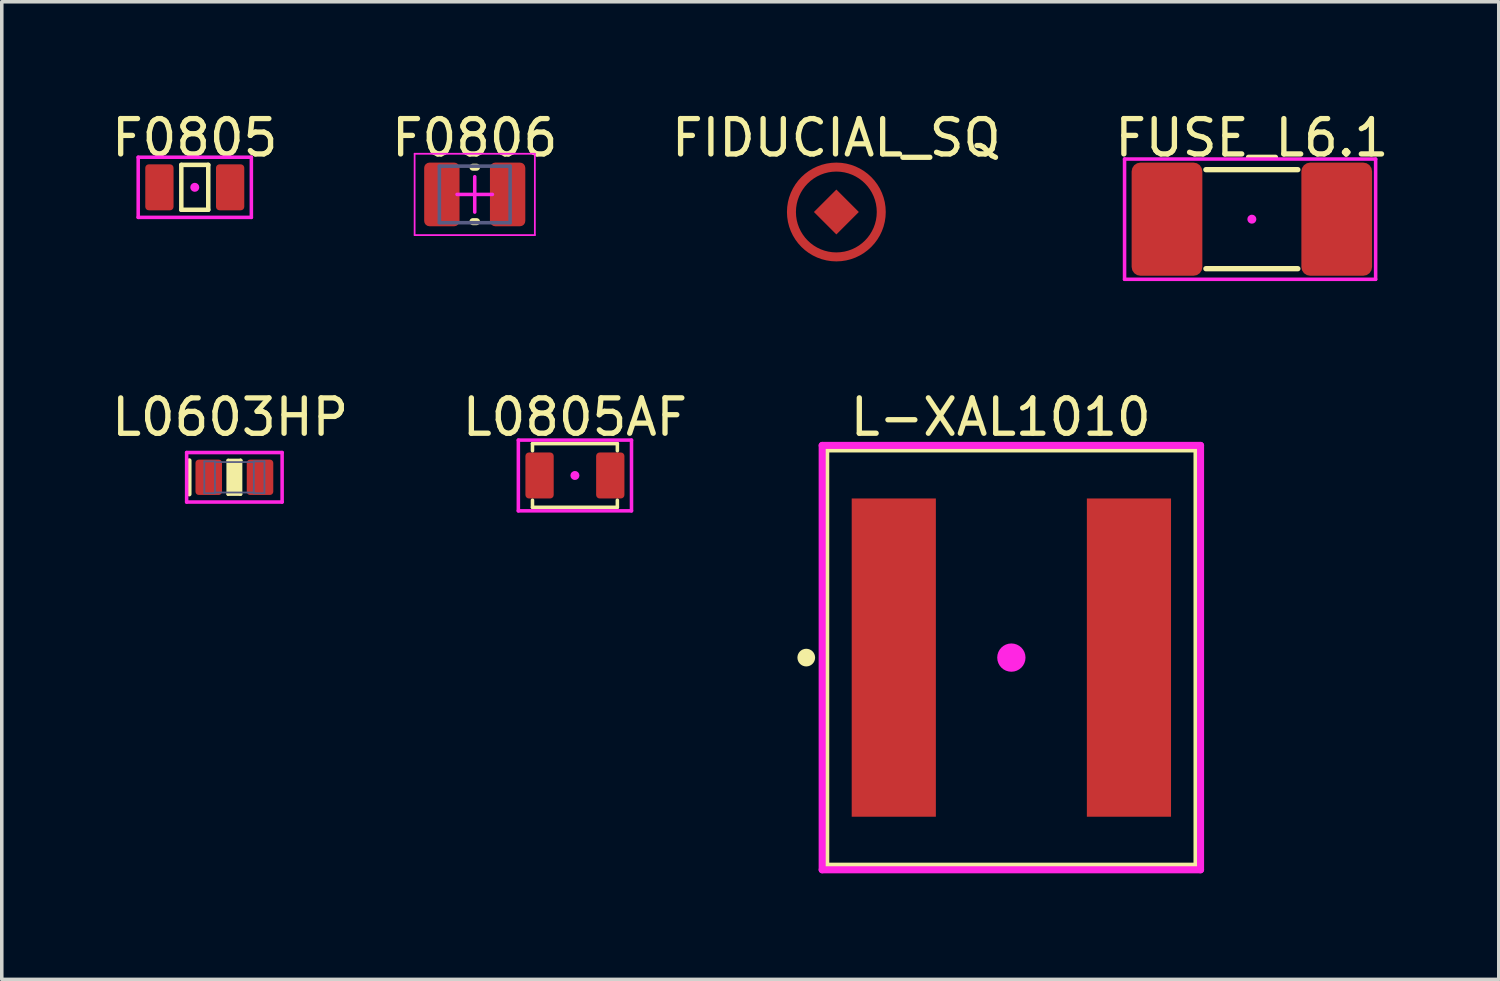
<source format=kicad_pcb>
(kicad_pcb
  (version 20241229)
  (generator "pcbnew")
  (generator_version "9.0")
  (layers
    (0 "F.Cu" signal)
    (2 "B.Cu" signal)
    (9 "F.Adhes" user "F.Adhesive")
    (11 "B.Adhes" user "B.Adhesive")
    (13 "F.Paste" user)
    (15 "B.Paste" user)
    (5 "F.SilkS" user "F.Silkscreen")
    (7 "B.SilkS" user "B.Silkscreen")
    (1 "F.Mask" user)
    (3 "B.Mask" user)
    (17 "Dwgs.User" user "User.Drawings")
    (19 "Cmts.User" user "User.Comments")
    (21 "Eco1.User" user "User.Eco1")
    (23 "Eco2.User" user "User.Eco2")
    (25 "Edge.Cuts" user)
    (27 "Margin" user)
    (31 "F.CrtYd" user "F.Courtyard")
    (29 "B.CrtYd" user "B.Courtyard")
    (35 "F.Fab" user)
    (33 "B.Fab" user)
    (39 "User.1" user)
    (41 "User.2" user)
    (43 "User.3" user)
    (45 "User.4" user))
  (footprint "F0805"
    (layer "F.Cu")
    (at 2.458 2.247)
    (property "Reference" "F0805" (at 0 -1.399 0) (layer "F.SilkS") (effects (font (size 1 1) (thickness 0.15))))
    (fp_line (start -0.381 -0.635) (end 0.381 -0.635) (stroke (width 0.127) (type solid)) (layer "F.SilkS"))
    (fp_line (start -0.381 0.635) (end -0.381 -0.635) (stroke (width 0.127) (type solid)) (layer "F.SilkS"))
    (fp_line (start -0.381 0.635) (end 0.381 0.635) (stroke (width 0.127) (type solid)) (layer "F.SilkS"))
    (fp_line (start 0.381 0.635) (end 0.381 -0.635) (stroke (width 0.127) (type solid)) (layer "F.SilkS"))
    (fp_line (start -1.6 -0.85) (end 1.6 -0.85) (stroke (width 0.1) (type solid)) (layer "F.CrtYd"))
    (fp_line (start -1.6 0.85) (end -1.6 -0.85) (stroke (width 0.1) (type solid)) (layer "F.CrtYd"))
    (fp_line (start -1.6 0.85) (end 1.6 0.85) (stroke (width 0.1) (type solid)) (layer "F.CrtYd"))
    (fp_line (start 1.6 0.85) (end 1.6 -0.85) (stroke (width 0.1) (type solid)) (layer "F.CrtYd"))
    (fp_circle (center 0 0) (end 0 -0.064) (stroke (width 0.127) (type solid)) (fill no) (layer "F.CrtYd"))
    (pad "1" smd roundrect (at -1 0 90) (size 1.3 0.8) (layers "F.Cu" "F.Mask" "F.Paste") (roundrect_rratio 0.125))
    (pad "2" smd roundrect (at 1 0 90) (size 1.3 0.8) (layers "F.Cu" "F.Mask" "F.Paste") (roundrect_rratio 0.125)))
  (footprint "L0603HP"
    (layer "F.Cu")
    (at 3.578 10.447)
    (property "Reference" "L0603HP" (at -0.119 -1.7 0) (layer "F.SilkS") (effects (font (size 1 1) (thickness 0.15))))
    (fp_line (start -1.275 0.477) (end -1.275 -0.475) (stroke (width 0.127) (type solid)) (layer "F.SilkS"))
    (fp_line (start -0.175 -0.476) (end 0.178 -0.476) (stroke (width 0.1) (type solid)) (layer "F.SilkS"))
    (fp_line (start -0.175 0.476) (end -0.175 -0.476) (stroke (width 0.1) (type solid)) (layer "F.SilkS"))
    (fp_line (start -0.175 0.476) (end 0.175 0.476) (stroke (width 0.1) (type solid)) (layer "F.SilkS"))
    (fp_line (start 0.175 -0.476) (end 0.178 -0.476) (stroke (width 0.1) (type solid)) (layer "F.SilkS"))
    (fp_line (start 0.175 0.476) (end 0.175 -0.476) (stroke (width 0.1) (type solid)) (layer "F.SilkS"))
    (fp_rect (start -0.175 0.476) (end 0.175 -0.476) (stroke (width 0) (type default)) (fill yes) (layer "F.SilkS"))
    (fp_circle (center 0 0) (end 0 -0.064) (stroke (width 0.127) (type solid)) (fill no) (layer "Eco2.User"))
    (fp_line (start -1.35 -0.7) (end 1.35 -0.7) (stroke (width 0.1) (type solid)) (layer "F.CrtYd"))
    (fp_line (start -1.35 0.7) (end -1.35 -0.7) (stroke (width 0.1) (type solid)) (layer "F.CrtYd"))
    (fp_line (start -1.35 0.7) (end 1.35 0.7) (stroke (width 0.1) (type solid)) (layer "F.CrtYd"))
    (fp_line (start 1.35 0.7) (end 1.35 -0.7) (stroke (width 0.1) (type solid)) (layer "F.CrtYd"))
    (fp_line (start -0.85 -0.45) (end -0.55 -0.45) (stroke (width 0.05) (type solid)) (layer "B.Fab"))
    (fp_line (start -0.85 0.45) (end -0.85 -0.45) (stroke (width 0.05) (type solid)) (layer "B.Fab"))
    (fp_line (start -0.85 0.45) (end -0.55 0.45) (stroke (width 0.05) (type solid)) (layer "B.Fab"))
    (fp_line (start -0.55 -0.43) (end 0.55 -0.43) (stroke (width 0.05) (type solid)) (layer "B.Fab"))
    (fp_line (start -0.55 0.43) (end 0.55 0.43) (stroke (width 0.05) (type solid)) (layer "B.Fab"))
    (fp_line (start -0.55 0.45) (end -0.55 -0.45) (stroke (width 0.05) (type solid)) (layer "B.Fab"))
    (fp_line (start 0.55 -0.45) (end 0.85 -0.45) (stroke (width 0.05) (type solid)) (layer "B.Fab"))
    (fp_line (start 0.55 0.45) (end 0.55 -0.45) (stroke (width 0.05) (type solid)) (layer "B.Fab"))
    (fp_line (start 0.55 0.45) (end 0.85 0.45) (stroke (width 0.05) (type solid)) (layer "B.Fab"))
    (fp_line (start 0.85 0.45) (end 0.85 -0.45) (stroke (width 0.05) (type solid)) (layer "B.Fab"))
    (pad "1" smd roundrect (at -0.725 0 90) (size 1 0.75) (layers "F.Cu" "F.Mask" "F.Paste") (roundrect_rratio 0.125))
    (pad "2" smd roundrect (at 0.725 0 90) (size 1 0.75) (layers "F.Cu" "F.Mask" "F.Paste") (roundrect_rratio 0.125)))
  (footprint "F0806"
    (layer "F.Cu")
    (at 10.375 2.448)
    (property "Reference" "F0806" (at 0 -1.6 0) (layer "F.SilkS") (effects (font (size 1 1) (thickness 0.15))))
    (fp_line (start -0.05 -0.77) (end 0.05 -0.77) (stroke (width 0.2) (type solid)) (layer "F.SilkS"))
    (fp_line (start -0.05 0.77) (end 0.05 0.77) (stroke (width 0.2) (type solid)) (layer "F.SilkS"))
    (fp_line (start -1.7 -1.15) (end 1.7 -1.15) (stroke (width 0.05) (type solid)) (layer "F.CrtYd"))
    (fp_line (start -1.7 1.15) (end -1.7 -1.15) (stroke (width 0.05) (type solid)) (layer "F.CrtYd"))
    (fp_line (start -1.7 1.15) (end 1.7 1.15) (stroke (width 0.05) (type solid)) (layer "F.CrtYd"))
    (fp_line (start -0.5 0) (end 0.5 0) (stroke (width 0.1) (type solid)) (layer "F.CrtYd"))
    (fp_line (start 0 0.5) (end 0 -0.5) (stroke (width 0.1) (type solid)) (layer "F.CrtYd"))
    (fp_line (start 1.7 1.15) (end 1.7 -1.15) (stroke (width 0.05) (type solid)) (layer "F.CrtYd"))
    (fp_line (start -1 -0.8) (end 1 -0.8) (stroke (width 0.1) (type solid)) (layer "B.Fab"))
    (fp_line (start -1 0.8) (end -1 -0.8) (stroke (width 0.1) (type solid)) (layer "B.Fab"))
    (fp_line (start -1 0.8) (end 1 0.8) (stroke (width 0.1) (type solid)) (layer "B.Fab"))
    (fp_line (start 1 0.8) (end 1 -0.8) (stroke (width 0.1) (type solid)) (layer "B.Fab"))
    (pad "1" smd roundrect (at -0.93 0 90) (size 1.8 1) (layers "F.Cu" "F.Mask" "F.Paste") (roundrect_rratio 0.15))
    (pad "2" smd roundrect (at 0.93 0 90) (size 1.8 1) (layers "F.Cu" "F.Mask" "F.Paste") (roundrect_rratio 0.15)))
  (footprint "FUSE_L6.1"
    (layer "F.Cu")
    (at 32.351 3.148)
    (property "Reference" "FUSE_L6.1" (at 0 -2.3 0) (layer "F.SilkS") (effects (font (size 1 1) (thickness 0.15))))
    (fp_line (start -1.3 -1.4) (end 1.3 -1.4) (stroke (width 0.15) (type solid)) (layer "F.SilkS"))
    (fp_line (start -1.3 1.4) (end 1.3 1.4) (stroke (width 0.15) (type solid)) (layer "F.SilkS"))
    (fp_line (start -3.6 -1.7) (end 3.5 -1.7) (stroke (width 0.1) (type solid)) (layer "F.CrtYd"))
    (fp_line (start -3.6 1.7) (end -3.6 -1.7) (stroke (width 0.1) (type solid)) (layer "F.CrtYd"))
    (fp_line (start -3.6 1.7) (end 3.5 1.7) (stroke (width 0.1) (type solid)) (layer "F.CrtYd"))
    (fp_line (start 3.5 1.7) (end 3.5 -1.7) (stroke (width 0.1) (type solid)) (layer "F.CrtYd"))
    (fp_circle (center 0 0) (end 0 -0.064) (stroke (width 0.127) (type solid)) (fill no) (layer "F.CrtYd"))
    (pad "1" smd roundrect (at -2.4 0 90) (size 3.2 2) (layers "F.Cu" "F.Mask" "F.Paste") (roundrect_rratio 0.125))
    (pad "2" smd roundrect (at 2.4 0 90) (size 3.2 2) (layers "F.Cu" "F.Mask" "F.Paste") (roundrect_rratio 0.125)))
  (footprint "L-XAL1010"
    (layer "F.Cu")
    (at 25.55 15.546)
    (property "Reference" "L-XAL1010" (at -0.3 -6.8 0) (layer "F.SilkS") (effects (font (size 1 1) (thickness 0.15))))
    (fp_line (start -5.25 -5.9) (end 5.25 -5.9) (stroke (width 0.2) (type solid)) (layer "F.SilkS"))
    (fp_line (start -5.25 5.9) (end -5.25 -5.9) (stroke (width 0.2) (type solid)) (layer "F.SilkS"))
    (fp_line (start -5.25 5.9) (end 5.25 5.9) (stroke (width 0.2) (type solid)) (layer "F.SilkS"))
    (fp_line (start 5.25 5.9) (end 5.25 -5.9) (stroke (width 0.2) (type solid)) (layer "F.SilkS"))
    (fp_circle (center -5.8 0) (end -5.8 -0.125) (stroke (width 0.25) (type solid)) (fill no) (layer "F.SilkS"))
    (fp_line (start -5.35 -6) (end 5.35 -6) (stroke (width 0.2) (type solid)) (layer "Eco2.User"))
    (fp_line (start -5.35 6) (end -5.35 -6) (stroke (width 0.2) (type solid)) (layer "Eco2.User"))
    (fp_line (start -5.35 6) (end 5.35 6) (stroke (width 0.2) (type solid)) (layer "Eco2.User"))
    (fp_line (start 5.35 6) (end 5.35 -6) (stroke (width 0.2) (type solid)) (layer "Eco2.User"))
    (fp_line (start -5.35 -6) (end 5.35 -6) (stroke (width 0.2) (type solid)) (layer "F.CrtYd"))
    (fp_line (start -5.35 6) (end -5.35 -6) (stroke (width 0.2) (type solid)) (layer "F.CrtYd"))
    (fp_line (start -5.35 6) (end 5.35 6) (stroke (width 0.2) (type solid)) (layer "F.CrtYd"))
    (fp_line (start 5.35 6) (end 5.35 -6) (stroke (width 0.2) (type solid)) (layer "F.CrtYd"))
    (fp_circle (center 0 0) (end 0 -0.2) (stroke (width 0.4) (type solid)) (fill no) (layer "F.CrtYd"))
    (fp_line (start -5.25 -5.9) (end 5.25 -5.9) (stroke (width 0.2) (type solid)) (layer "User.2"))
    (fp_line (start -5.25 5.9) (end -5.25 -5.9) (stroke (width 0.2) (type solid)) (layer "User.2"))
    (fp_line (start -5.25 5.9) (end 5.25 5.9) (stroke (width 0.2) (type solid)) (layer "User.2"))
    (fp_line (start 5.25 5.9) (end 5.25 -5.9) (stroke (width 0.2) (type solid)) (layer "User.2"))
    (fp_text_box "" (start -0.00001 -0.188) (end -0.00001 -0.188) (margins 0.522 0.522 0.522 0.522) (layer "F.Cu") (effects (font (face "Arial") (size 0.63 0.63) (thickness 0.1)) (justify left bottom)) (border yes) (stroke (width 0.1) (type default)))
    (pad "1" smd rect (at -3.325 0) (size 2.38 9) (layers "F.Cu" "F.Mask" "F.Paste"))
    (pad "2" smd rect (at 3.325 0) (size 2.38 9) (layers "F.Cu" "F.Mask" "F.Paste")))
  (footprint "L0805AF"
    (layer "F.Cu")
    (at 13.208 10.396)
    (property "Reference" "L0805AF" (at 0 -1.65 0) (layer "F.SilkS") (effects (font (size 1 1) (thickness 0.15))))
    (fp_line (start -1.2 -0.9) (end 1.2 -0.9) (stroke (width 0.1) (type solid)) (layer "F.SilkS"))
    (fp_line (start -1.2 -0.7) (end -1.2 -0.9) (stroke (width 0.1) (type solid)) (layer "F.SilkS"))
    (fp_line (start -1.2 0.9) (end -1.2 0.7) (stroke (width 0.1) (type solid)) (layer "F.SilkS"))
    (fp_line (start -1.2 0.9) (end 1.2 0.9) (stroke (width 0.1) (type solid)) (layer "F.SilkS"))
    (fp_line (start 1.2 -0.7) (end 1.2 -0.9) (stroke (width 0.1) (type solid)) (layer "F.SilkS"))
    (fp_line (start 1.2 0.9) (end 1.2 0.7) (stroke (width 0.1) (type solid)) (layer "F.SilkS"))
    (fp_line (start -1.6 -1) (end 1.6 -1) (stroke (width 0.1) (type solid)) (layer "F.CrtYd"))
    (fp_line (start -1.6 1) (end -1.6 -1) (stroke (width 0.1) (type solid)) (layer "F.CrtYd"))
    (fp_line (start -1.6 1) (end 1.6 1) (stroke (width 0.1) (type solid)) (layer "F.CrtYd"))
    (fp_line (start 1.6 1) (end 1.6 -1) (stroke (width 0.1) (type solid)) (layer "F.CrtYd"))
    (fp_circle (center 0 0) (end 0 -0.064) (stroke (width 0.127) (type solid)) (fill no) (layer "F.CrtYd"))
    (pad "1" smd roundrect (at -1 0 90) (size 1.3 0.8) (layers "F.Cu" "F.Mask" "F.Paste") (roundrect_rratio 0.125))
    (pad "2" smd roundrect (at 1 0 90) (size 1.3 0.8) (layers "F.Cu" "F.Mask" "F.Paste") (roundrect_rratio 0.125)))
  (footprint "FIDUCIAL_SQ"
    (layer "F.Cu")
    (at 20.601 2.945)
    (property "Reference" "FIDUCIAL_SQ" (at 0 -2.097 0) (layer "F.SilkS") (effects (font (size 1 1) (thickness 0.15))))
    (fp_circle (center 0 0) (end 0 -1.27) (stroke (width 0.254) (type solid)) (fill no) (layer "F.Cu"))
    (fp_circle (center 0 0) (end 0 -1.136) (stroke (width 0.254) (type solid)) (fill no) (layer "F.Mask"))
    (fp_circle (center 0 0) (end 0 -0.916) (stroke (width 0.254) (type solid)) (fill no) (layer "F.Mask"))
    (fp_circle (center 0 0) (end 0 -0.718) (stroke (width 0.254) (type solid)) (fill no) (layer "F.Mask"))
    (fp_circle (center 0 0) (end 0 -0.568) (stroke (width 0.254) (type solid)) (fill no) (layer "F.Mask"))
    (fp_poly (pts (xy -0.762 -0.811) (xy 0.758 -0.811) (xy 0.758 0.769) (xy -0.762 0.769)) (stroke (width 0) (type default)) (fill yes) (layer "F.Mask"))
    (pad "" smd custom (at 0.00001 -0.635) (size 0.000001 0.000001) (layers "F.Cu") (options (anchor circle)) (primitives (gr_poly (pts (xy 0 0) (xy -0.635 0.635) (xy 0 1.27) (xy 0.635 0.635)) (width 0) (fill yes)))))
  (gr_rect
    (start -3 -3)
    (end 39.333 24.646)
    (stroke (width 0.1) (type default))
    (fill no)
    (layer "Edge.Cuts")))
</source>
